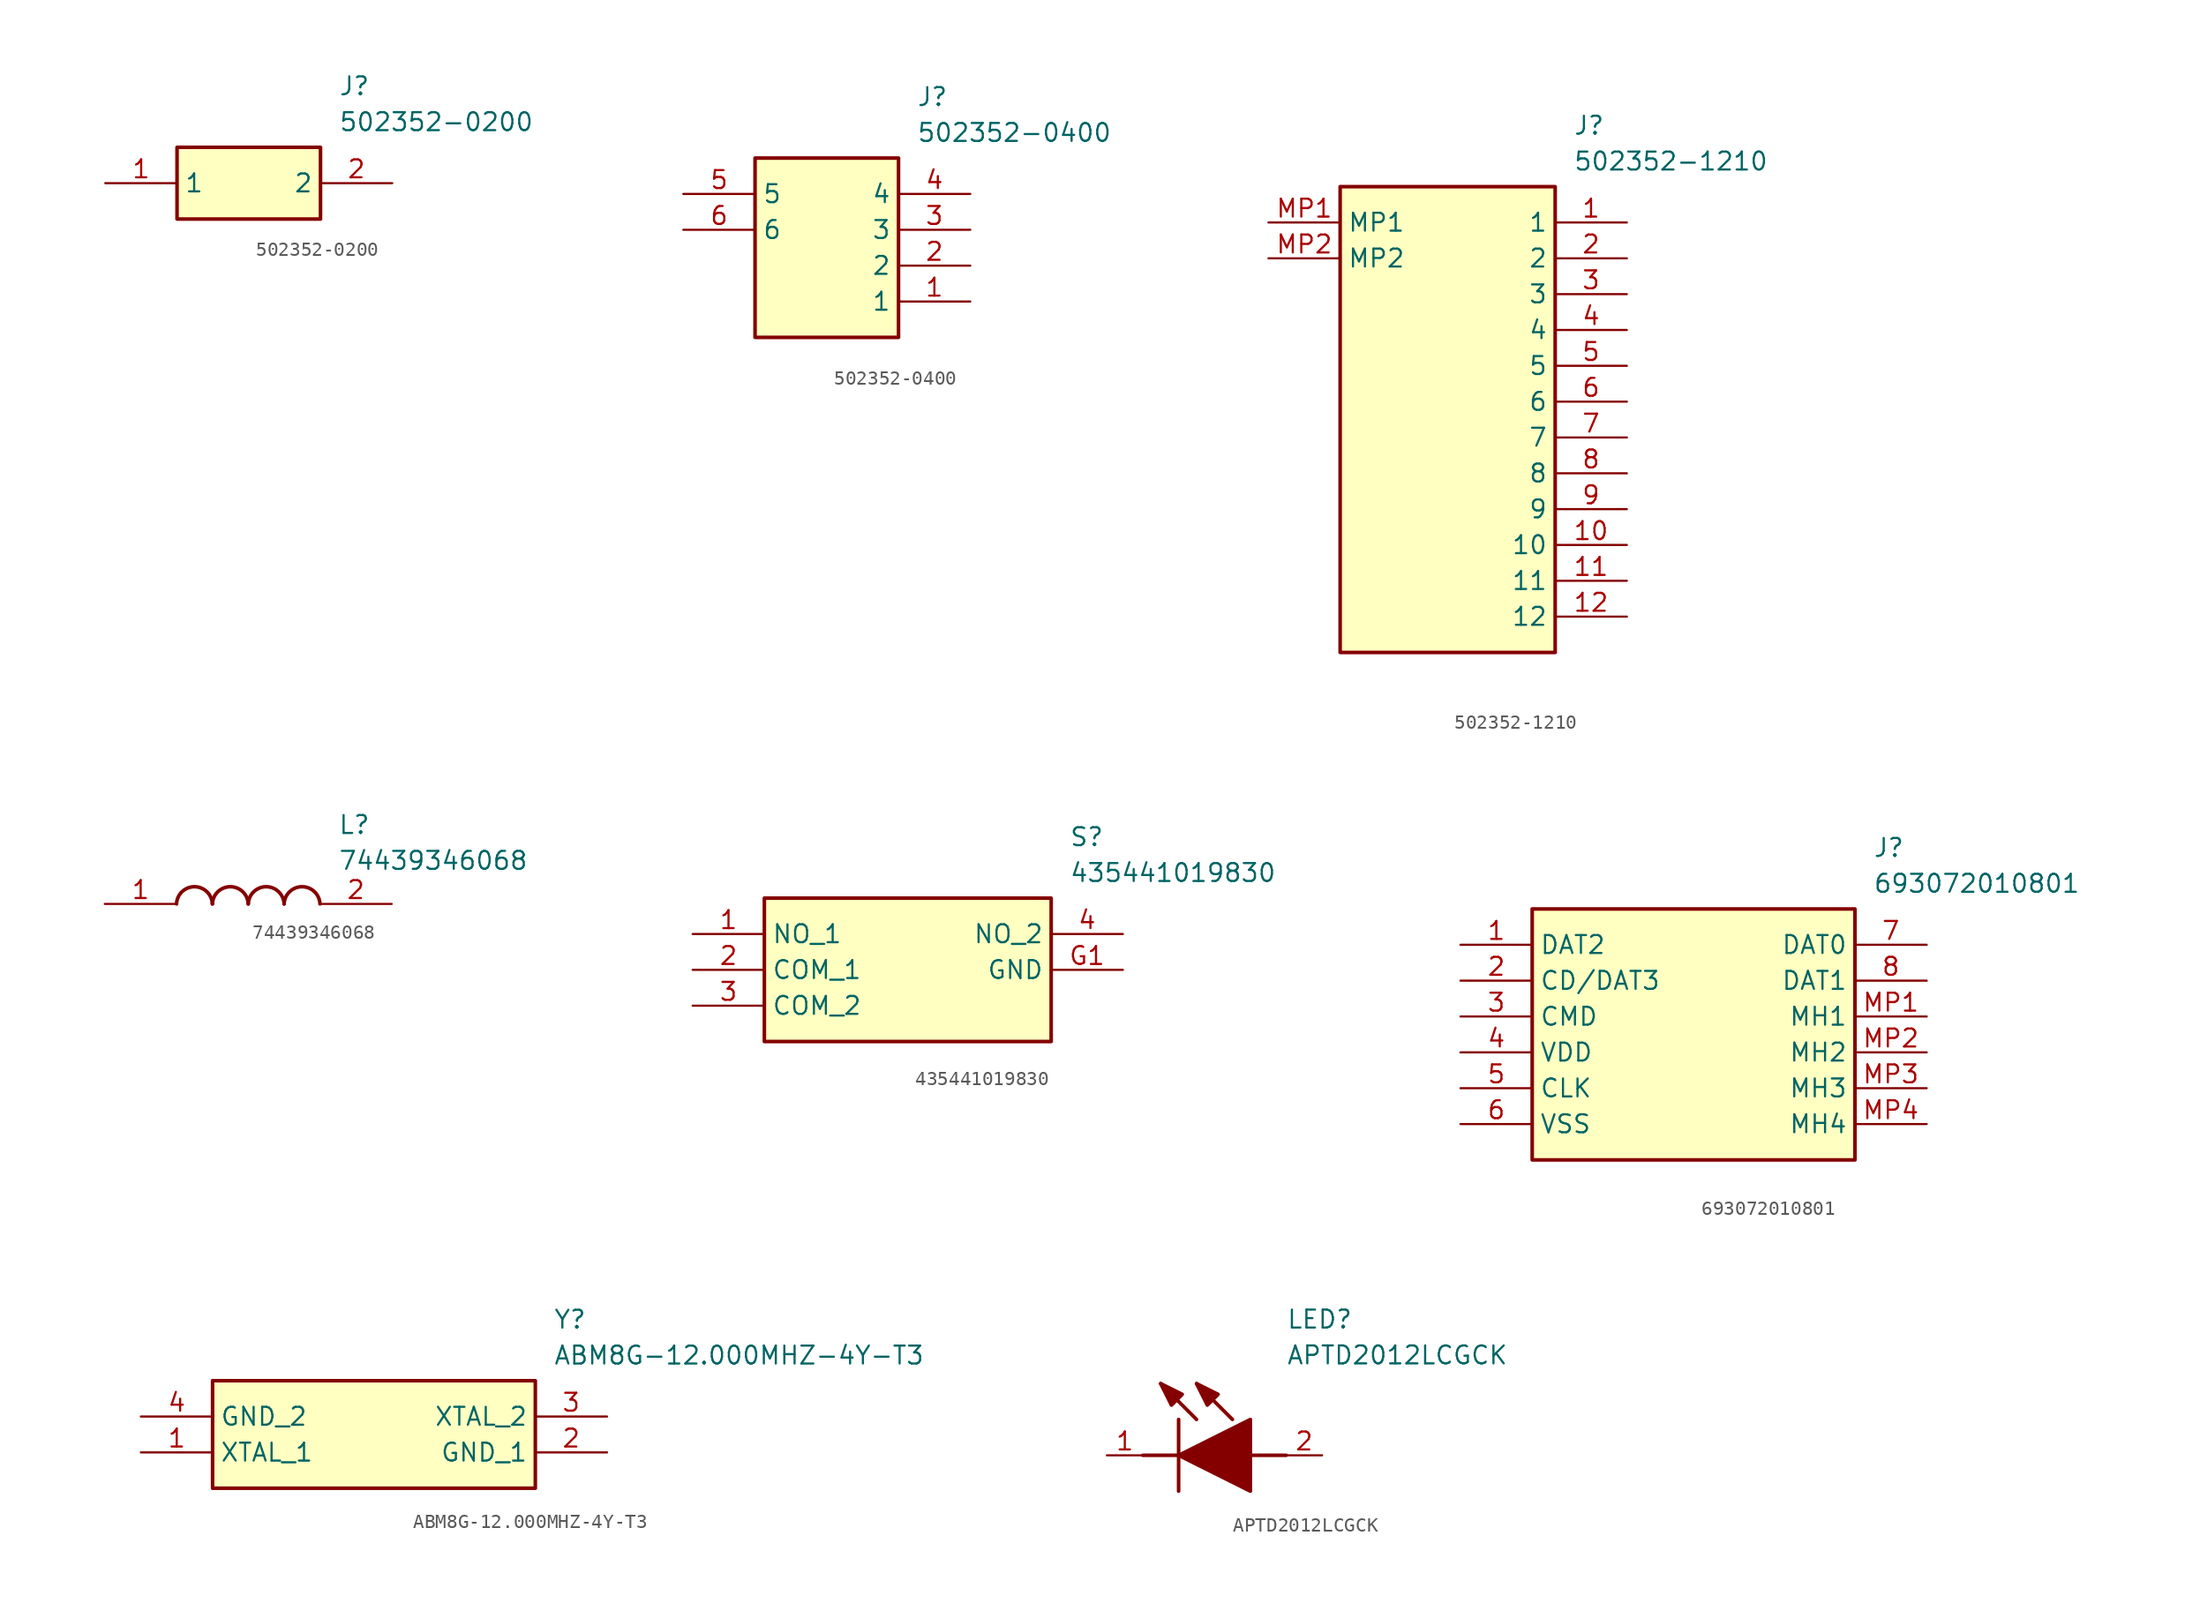
<source format=kicad_sym>
(kicad_symbol_lib
  (version 20231120)
  (generator "kicad_symbol_editor")
  (generator_version "8.0")
  (symbol "502352-0200"
    (property "Reference" "J"
      (at 16.51 7.62 0)
      (effects (font (size 1.27 1.27)) (justify left top)))
    (property "Value" "502352-0200"
      (at 16.51 5.08 0)
      (effects (font (size 1.27 1.27)) (justify left top)))
    (symbol "502352-0200_1_1"
      (rectangle (start 5.08 2.54) (end 15.24 -2.54) (stroke (width 0.254) (type default)) (fill (type background)))
      (pin passive line (at 0 0 0) (length 5.08) (name "1" (effects (font (size 1.27 1.27)))) (number "1" (effects (font (size 1.27 1.27)))))
      (pin passive line (at 20.32 0 180) (length 5.08) (name "2" (effects (font (size 1.27 1.27)))) (number "2" (effects (font (size 1.27 1.27)))))))
  (symbol "502352-0400"
    (property "Reference" "J"
      (at 16.51 7.62 0)
      (effects (font (size 1.27 1.27)) (justify left top)))
    (property "Value" "502352-0400"
      (at 16.51 5.08 0)
      (effects (font (size 1.27 1.27)) (justify left top)))
    (symbol "502352-0400_1_1"
      (rectangle (start 5.08 2.54) (end 15.24 -10.16) (stroke (width 0.254) (type default)) (fill (type background)))
      (pin passive line (at 20.32 -7.62 180) (length 5.08) (name "1" (effects (font (size 1.27 1.27)))) (number "1" (effects (font (size 1.27 1.27)))))
      (pin passive line (at 20.32 -5.08 180) (length 5.08) (name "2" (effects (font (size 1.27 1.27)))) (number "2" (effects (font (size 1.27 1.27)))))
      (pin passive line (at 20.32 -2.54 180) (length 5.08) (name "3" (effects (font (size 1.27 1.27)))) (number "3" (effects (font (size 1.27 1.27)))))
      (pin passive line (at 20.32 0 180) (length 5.08) (name "4" (effects (font (size 1.27 1.27)))) (number "4" (effects (font (size 1.27 1.27)))))
      (pin passive line (at 0 0 0) (length 5.08) (name "5" (effects (font (size 1.27 1.27)))) (number "5" (effects (font (size 1.27 1.27)))))
      (pin passive line (at 0 -2.54 0) (length 5.08) (name "6" (effects (font (size 1.27 1.27)))) (number "6" (effects (font (size 1.27 1.27)))))))
  (symbol "502352-1210"
    (property "Reference" "J"
      (at 21.59 7.62 0)
      (effects (font (size 1.27 1.27)) (justify left top)))
    (property "Value" "502352-1210"
      (at 21.59 5.08 0)
      (effects (font (size 1.27 1.27)) (justify left top)))
    (symbol "502352-1210_1_1"
      (rectangle (start 5.08 2.54) (end 20.32 -30.48) (stroke (width 0.254) (type default)) (fill (type background)))
      (pin passive line (at 25.4 0 180) (length 5.08) (name "1" (effects (font (size 1.27 1.27)))) (number "1" (effects (font (size 1.27 1.27)))))
      (pin passive line (at 25.4 -22.86 180) (length 5.08) (name "10" (effects (font (size 1.27 1.27)))) (number "10" (effects (font (size 1.27 1.27)))))
      (pin passive line (at 25.4 -25.4 180) (length 5.08) (name "11" (effects (font (size 1.27 1.27)))) (number "11" (effects (font (size 1.27 1.27)))))
      (pin passive line (at 25.4 -27.94 180) (length 5.08) (name "12" (effects (font (size 1.27 1.27)))) (number "12" (effects (font (size 1.27 1.27)))))
      (pin passive line (at 25.4 -2.54 180) (length 5.08) (name "2" (effects (font (size 1.27 1.27)))) (number "2" (effects (font (size 1.27 1.27)))))
      (pin passive line (at 25.4 -5.08 180) (length 5.08) (name "3" (effects (font (size 1.27 1.27)))) (number "3" (effects (font (size 1.27 1.27)))))
      (pin passive line (at 25.4 -7.62 180) (length 5.08) (name "4" (effects (font (size 1.27 1.27)))) (number "4" (effects (font (size 1.27 1.27)))))
      (pin passive line (at 25.4 -10.16 180) (length 5.08) (name "5" (effects (font (size 1.27 1.27)))) (number "5" (effects (font (size 1.27 1.27)))))
      (pin passive line (at 25.4 -12.7 180) (length 5.08) (name "6" (effects (font (size 1.27 1.27)))) (number "6" (effects (font (size 1.27 1.27)))))
      (pin passive line (at 25.4 -15.24 180) (length 5.08) (name "7" (effects (font (size 1.27 1.27)))) (number "7" (effects (font (size 1.27 1.27)))))
      (pin passive line (at 25.4 -17.78 180) (length 5.08) (name "8" (effects (font (size 1.27 1.27)))) (number "8" (effects (font (size 1.27 1.27)))))
      (pin passive line (at 25.4 -20.32 180) (length 5.08) (name "9" (effects (font (size 1.27 1.27)))) (number "9" (effects (font (size 1.27 1.27)))))
      (pin passive line (at 0 0 0) (length 5.08) (name "MP1" (effects (font (size 1.27 1.27)))) (number "MP1" (effects (font (size 1.27 1.27)))))
      (pin passive line (at 0 -2.54 0) (length 5.08) (name "MP2" (effects (font (size 1.27 1.27)))) (number "MP2" (effects (font (size 1.27 1.27)))))))
  (symbol "74439346068"
    (pin_names hide)
    (property "Reference" "L"
      (at 16.51 6.35 0)
      (effects (font (size 1.27 1.27)) (justify left top)))
    (property "Value" "74439346068"
      (at 16.51 3.81 0)
      (effects (font (size 1.27 1.27)) (justify left top)))
    (symbol "74439346068_1_1"
      (arc (start 7.62 0) (mid 6.35 1.219) (end 5.08 0) (stroke (width 0.254) (type default)) (fill (type none)))
      (arc (start 10.16 0) (mid 8.89 1.219) (end 7.62 0) (stroke (width 0.254) (type default)) (fill (type none)))
      (arc (start 12.7 0) (mid 11.43 1.219) (end 10.16 0) (stroke (width 0.254) (type default)) (fill (type none)))
      (arc (start 15.24 0) (mid 13.97 1.219) (end 12.7 0) (stroke (width 0.254) (type default)) (fill (type none)))
      (pin passive line (at 0 0 0) (length 5.08) (name "COIL_" (effects (font (size 1.27 1.27)))) (number "1" (effects (font (size 1.27 1.27)))))
      (pin passive line (at 20.32 0 180) (length 5.08) (name "COIL" (effects (font (size 1.27 1.27)))) (number "2" (effects (font (size 1.27 1.27)))))))
  (symbol "435441019830"
    (property "Reference" "S"
      (at 26.67 7.62 0)
      (effects (font (size 1.27 1.27)) (justify left top)))
    (property "Value" "435441019830"
      (at 26.67 5.08 0)
      (effects (font (size 1.27 1.27)) (justify left top)))
    (symbol "435441019830_1_1"
      (rectangle (start 5.08 2.54) (end 25.4 -7.62) (stroke (width 0.254) (type default)) (fill (type background)))
      (pin passive line (at 0 0 0) (length 5.08) (name "NO_1" (effects (font (size 1.27 1.27)))) (number "1" (effects (font (size 1.27 1.27)))))
      (pin passive line (at 0 -2.54 0) (length 5.08) (name "COM_1" (effects (font (size 1.27 1.27)))) (number "2" (effects (font (size 1.27 1.27)))))
      (pin passive line (at 0 -5.08 0) (length 5.08) (name "COM_2" (effects (font (size 1.27 1.27)))) (number "3" (effects (font (size 1.27 1.27)))))
      (pin passive line (at 30.48 0 180) (length 5.08) (name "NO_2" (effects (font (size 1.27 1.27)))) (number "4" (effects (font (size 1.27 1.27)))))
      (pin passive line (at 30.48 -2.54 180) (length 5.08) (name "GND" (effects (font (size 1.27 1.27)))) (number "G1" (effects (font (size 1.27 1.27)))))))
  (symbol "693072010801"
    (property "Reference" "J"
      (at 29.21 7.62 0)
      (effects (font (size 1.27 1.27)) (justify left top)))
    (property "Value" "693072010801"
      (at 29.21 5.08 0)
      (effects (font (size 1.27 1.27)) (justify left top)))
    (symbol "693072010801_1_1"
      (rectangle (start 5.08 2.54) (end 27.94 -15.24) (stroke (width 0.254) (type default)) (fill (type background)))
      (pin passive line (at 0 0 0) (length 5.08) (name "DAT2" (effects (font (size 1.27 1.27)))) (number "1" (effects (font (size 1.27 1.27)))))
      (pin passive line (at 0 -2.54 0) (length 5.08) (name "CD/DAT3" (effects (font (size 1.27 1.27)))) (number "2" (effects (font (size 1.27 1.27)))))
      (pin passive line (at 0 -5.08 0) (length 5.08) (name "CMD" (effects (font (size 1.27 1.27)))) (number "3" (effects (font (size 1.27 1.27)))))
      (pin passive line (at 0 -7.62 0) (length 5.08) (name "VDD" (effects (font (size 1.27 1.27)))) (number "4" (effects (font (size 1.27 1.27)))))
      (pin passive line (at 0 -10.16 0) (length 5.08) (name "CLK" (effects (font (size 1.27 1.27)))) (number "5" (effects (font (size 1.27 1.27)))))
      (pin passive line (at 0 -12.7 0) (length 5.08) (name "VSS" (effects (font (size 1.27 1.27)))) (number "6" (effects (font (size 1.27 1.27)))))
      (pin passive line (at 33.02 0 180) (length 5.08) (name "DAT0" (effects (font (size 1.27 1.27)))) (number "7" (effects (font (size 1.27 1.27)))))
      (pin passive line (at 33.02 -2.54 180) (length 5.08) (name "DAT1" (effects (font (size 1.27 1.27)))) (number "8" (effects (font (size 1.27 1.27)))))
      (pin passive line (at 33.02 -5.08 180) (length 5.08) (name "MH1" (effects (font (size 1.27 1.27)))) (number "MP1" (effects (font (size 1.27 1.27)))))
      (pin passive line (at 33.02 -7.62 180) (length 5.08) (name "MH2" (effects (font (size 1.27 1.27)))) (number "MP2" (effects (font (size 1.27 1.27)))))
      (pin passive line (at 33.02 -10.16 180) (length 5.08) (name "MH3" (effects (font (size 1.27 1.27)))) (number "MP3" (effects (font (size 1.27 1.27)))))
      (pin passive line (at 33.02 -12.7 180) (length 5.08) (name "MH4" (effects (font (size 1.27 1.27)))) (number "MP4" (effects (font (size 1.27 1.27)))))))
  (symbol "ABM8G-12.000MHZ-4Y-T3"
    (property "Reference" "Y"
      (at 29.21 7.62 0)
      (effects (font (size 1.27 1.27)) (justify left top)))
    (property "Value" "ABM8G-12.000MHZ-4Y-T3"
      (at 29.21 5.08 0)
      (effects (font (size 1.27 1.27)) (justify left top)))
    (symbol "ABM8G-12.000MHZ-4Y-T3_1_1"
      (rectangle (start 5.08 2.54) (end 27.94 -5.08) (stroke (width 0.254) (type default)) (fill (type background)))
      (pin passive line (at 0 -2.54 0) (length 5.08) (name "XTAL_1" (effects (font (size 1.27 1.27)))) (number "1" (effects (font (size 1.27 1.27)))))
      (pin passive line (at 33.02 -2.54 180) (length 5.08) (name "GND_1" (effects (font (size 1.27 1.27)))) (number "2" (effects (font (size 1.27 1.27)))))
      (pin passive line (at 33.02 0 180) (length 5.08) (name "XTAL_2" (effects (font (size 1.27 1.27)))) (number "3" (effects (font (size 1.27 1.27)))))
      (pin passive line (at 0 0 0) (length 5.08) (name "GND_2" (effects (font (size 1.27 1.27)))) (number "4" (effects (font (size 1.27 1.27)))))))
  (symbol "APTD2012LCGCK"
    (pin_names hide)
    (property "Reference" "LED"
      (at 12.7 8.89 0)
      (effects (font (size 1.27 1.27)) (justify left bottom)))
    (property "Value" "APTD2012LCGCK"
      (at 12.7 6.35 0)
      (effects (font (size 1.27 1.27)) (justify left bottom)))
    (symbol "APTD2012LCGCK_1_1"
      (polyline (pts (xy 2.54 0) (xy 5.08 0)) (stroke (width 0.254) (type default)) (fill (type none)))
      (polyline (pts (xy 5.08 2.54) (xy 5.08 -2.54)) (stroke (width 0.254) (type default)) (fill (type none)))
      (polyline (pts (xy 6.35 2.54) (xy 3.81 5.08)) (stroke (width 0.254) (type default)) (fill (type none)))
      (polyline (pts (xy 8.89 2.54) (xy 6.35 5.08)) (stroke (width 0.254) (type default)) (fill (type none)))
      (polyline (pts (xy 10.16 0) (xy 12.7 0)) (stroke (width 0.254) (type default)) (fill (type none)))
      (polyline (pts (xy 5.08 0) (xy 10.16 2.54) (xy 10.16 -2.54) (xy 5.08 0)) (stroke (width 0.254) (type default)) (fill (type outline)))
      (polyline (pts (xy 5.334 4.318) (xy 4.572 3.556) (xy 3.81 5.08) (xy 5.334 4.318)) (stroke (width 0.254) (type default)) (fill (type outline)))
      (polyline (pts (xy 7.874 4.318) (xy 7.112 3.556) (xy 6.35 5.08) (xy 7.874 4.318)) (stroke (width 0.254) (type default)) (fill (type outline)))
      (pin passive line (at 0 0 0) (length 2.54) (name "K" (effects (font (size 1.27 1.27)))) (number "1" (effects (font (size 1.27 1.27)))))
      (pin passive line (at 15.24 0 180) (length 2.54) (name "A" (effects (font (size 1.27 1.27)))) (number "2" (effects (font (size 1.27 1.27))))))))
</source>
